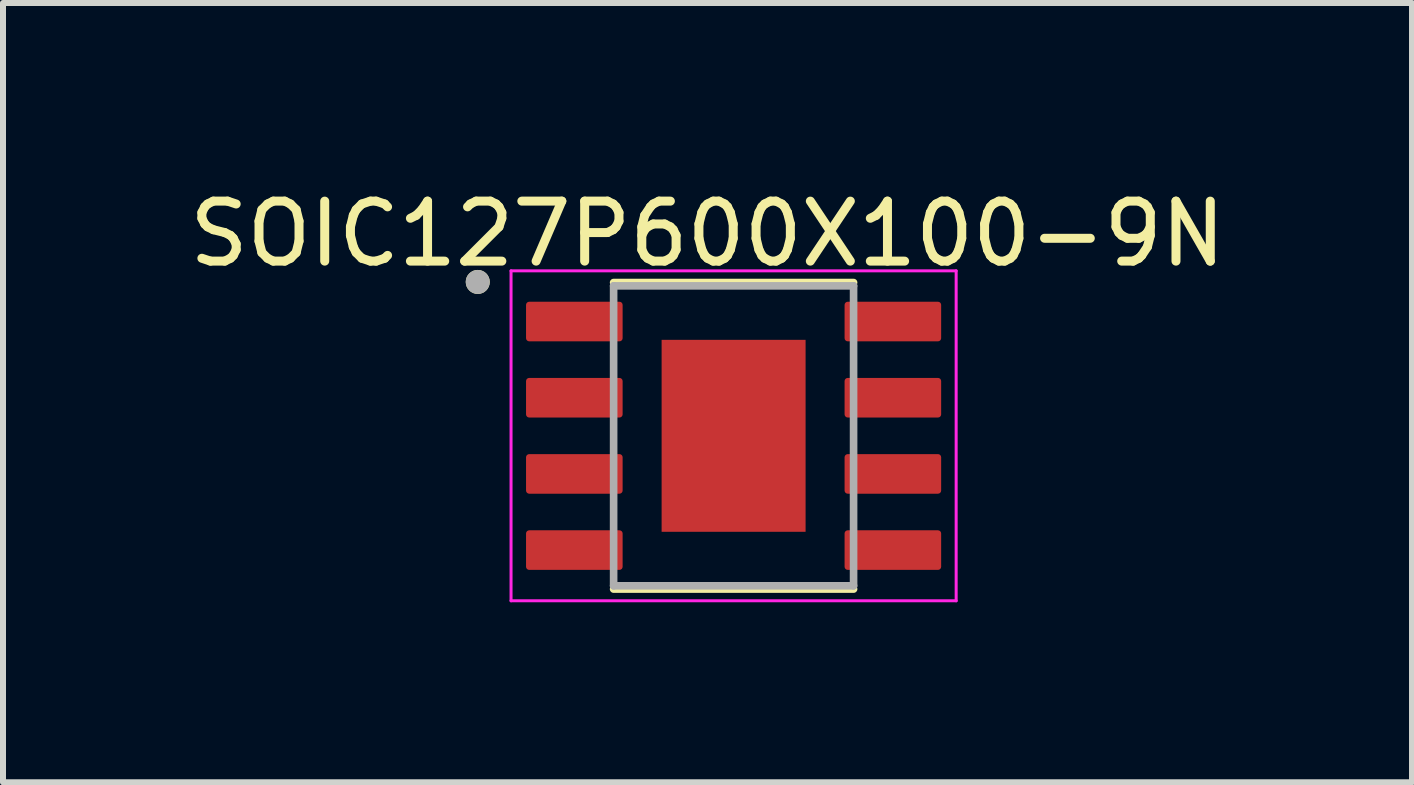
<source format=kicad_pcb>
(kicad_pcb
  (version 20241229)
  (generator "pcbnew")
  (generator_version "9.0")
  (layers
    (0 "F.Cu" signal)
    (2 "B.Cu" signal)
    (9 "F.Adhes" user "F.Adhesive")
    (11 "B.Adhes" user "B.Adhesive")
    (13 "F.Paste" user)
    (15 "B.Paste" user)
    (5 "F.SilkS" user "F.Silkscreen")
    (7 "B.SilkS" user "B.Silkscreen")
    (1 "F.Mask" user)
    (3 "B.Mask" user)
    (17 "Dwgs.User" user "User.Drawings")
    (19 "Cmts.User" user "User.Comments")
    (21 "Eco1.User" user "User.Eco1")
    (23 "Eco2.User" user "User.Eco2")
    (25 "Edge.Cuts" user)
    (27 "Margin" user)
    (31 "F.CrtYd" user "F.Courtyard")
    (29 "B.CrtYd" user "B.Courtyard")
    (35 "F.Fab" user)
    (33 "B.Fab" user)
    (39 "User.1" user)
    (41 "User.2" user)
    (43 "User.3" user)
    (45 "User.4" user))
  (footprint "SOIC127P600X100-9N"
    (layer "F.Cu")
    (at 9.179 4.215)
    (property "Reference" "SOIC127P600X100-9N" (at -0.435 -3.367 0) (layer "F.SilkS") (effects (font (size 1 1) (thickness 0.15))))
    (attr smd)
    (fp_line (start -2 -2.555) (end 2 -2.555) (stroke (width 0.127) (type solid)) (layer "F.SilkS"))
    (fp_line (start -2 2.555) (end 2 2.555) (stroke (width 0.127) (type solid)) (layer "F.SilkS"))
    (fp_circle (center -4.265 -2.565) (end -4.165 -2.565) (stroke (width 0.2) (type solid)) (fill no) (layer "F.SilkS"))
    (fp_poly (pts (xy -0.935 -1.335) (xy -0.135 -1.335) (xy -0.135 -0.135) (xy -0.935 -0.135)) (stroke (width 0.01) (type solid)) (fill yes) (layer "F.Paste"))
    (fp_poly (pts (xy -0.935 0.135) (xy -0.135 0.135) (xy -0.135 1.335) (xy -0.935 1.335)) (stroke (width 0.01) (type solid)) (fill yes) (layer "F.Paste"))
    (fp_poly (pts (xy 0.135 -1.335) (xy 0.935 -1.335) (xy 0.935 -0.135) (xy 0.135 -0.135)) (stroke (width 0.01) (type solid)) (fill yes) (layer "F.Paste"))
    (fp_poly (pts (xy 0.135 0.135) (xy 0.935 0.135) (xy 0.935 1.335) (xy 0.135 1.335)) (stroke (width 0.01) (type solid)) (fill yes) (layer "F.Paste"))
    (fp_line (start -3.71 -2.75) (end -3.71 2.75) (stroke (width 0.05) (type solid)) (layer "F.CrtYd"))
    (fp_line (start -3.71 -2.75) (end 3.71 -2.75) (stroke (width 0.05) (type solid)) (layer "F.CrtYd"))
    (fp_line (start -3.71 2.75) (end 3.71 2.75) (stroke (width 0.05) (type solid)) (layer "F.CrtYd"))
    (fp_line (start 3.71 -2.75) (end 3.71 2.75) (stroke (width 0.05) (type solid)) (layer "F.CrtYd"))
    (fp_line (start -2 -2.5) (end -2 2.5) (stroke (width 0.127) (type solid)) (layer "F.Fab"))
    (fp_line (start -2 -2.5) (end 2 -2.5) (stroke (width 0.127) (type solid)) (layer "F.Fab"))
    (fp_line (start -2 2.5) (end 2 2.5) (stroke (width 0.127) (type solid)) (layer "F.Fab"))
    (fp_line (start 2 -2.5) (end 2 2.5) (stroke (width 0.127) (type solid)) (layer "F.Fab"))
    (fp_circle (center -4.265 -2.565) (end -4.165 -2.565) (stroke (width 0.2) (type solid)) (fill no) (layer "F.Fab"))
    (pad "1" smd roundrect (at -2.655 -1.905) (size 1.61 0.66) (layers "F.Cu" "F.Mask" "F.Paste") (roundrect_rratio 0.08))
    (pad "2" smd roundrect (at -2.655 -0.635) (size 1.61 0.66) (layers "F.Cu" "F.Mask" "F.Paste") (roundrect_rratio 0.08))
    (pad "3" smd roundrect (at -2.655 0.635) (size 1.61 0.66) (layers "F.Cu" "F.Mask" "F.Paste") (roundrect_rratio 0.08))
    (pad "4" smd roundrect (at -2.655 1.905) (size 1.61 0.66) (layers "F.Cu" "F.Mask" "F.Paste") (roundrect_rratio 0.08))
    (pad "5" smd roundrect (at 2.655 1.905) (size 1.61 0.66) (layers "F.Cu" "F.Mask" "F.Paste") (roundrect_rratio 0.08))
    (pad "6" smd roundrect (at 2.655 0.635) (size 1.61 0.66) (layers "F.Cu" "F.Mask" "F.Paste") (roundrect_rratio 0.08))
    (pad "7" smd roundrect (at 2.655 -0.635) (size 1.61 0.66) (layers "F.Cu" "F.Mask" "F.Paste") (roundrect_rratio 0.08))
    (pad "8" smd roundrect (at 2.655 -1.905) (size 1.61 0.66) (layers "F.Cu" "F.Mask" "F.Paste") (roundrect_rratio 0.08))
    (pad "9" smd rect (at 0 0) (size 2.4 3.2) (layers "F.Cu" "F.Mask")))
  (gr_rect
    (start -3 -3)
    (end 20.488 9.99)
    (stroke (width 0.1) (type default))
    (fill no)
    (layer "Edge.Cuts")))
</source>
